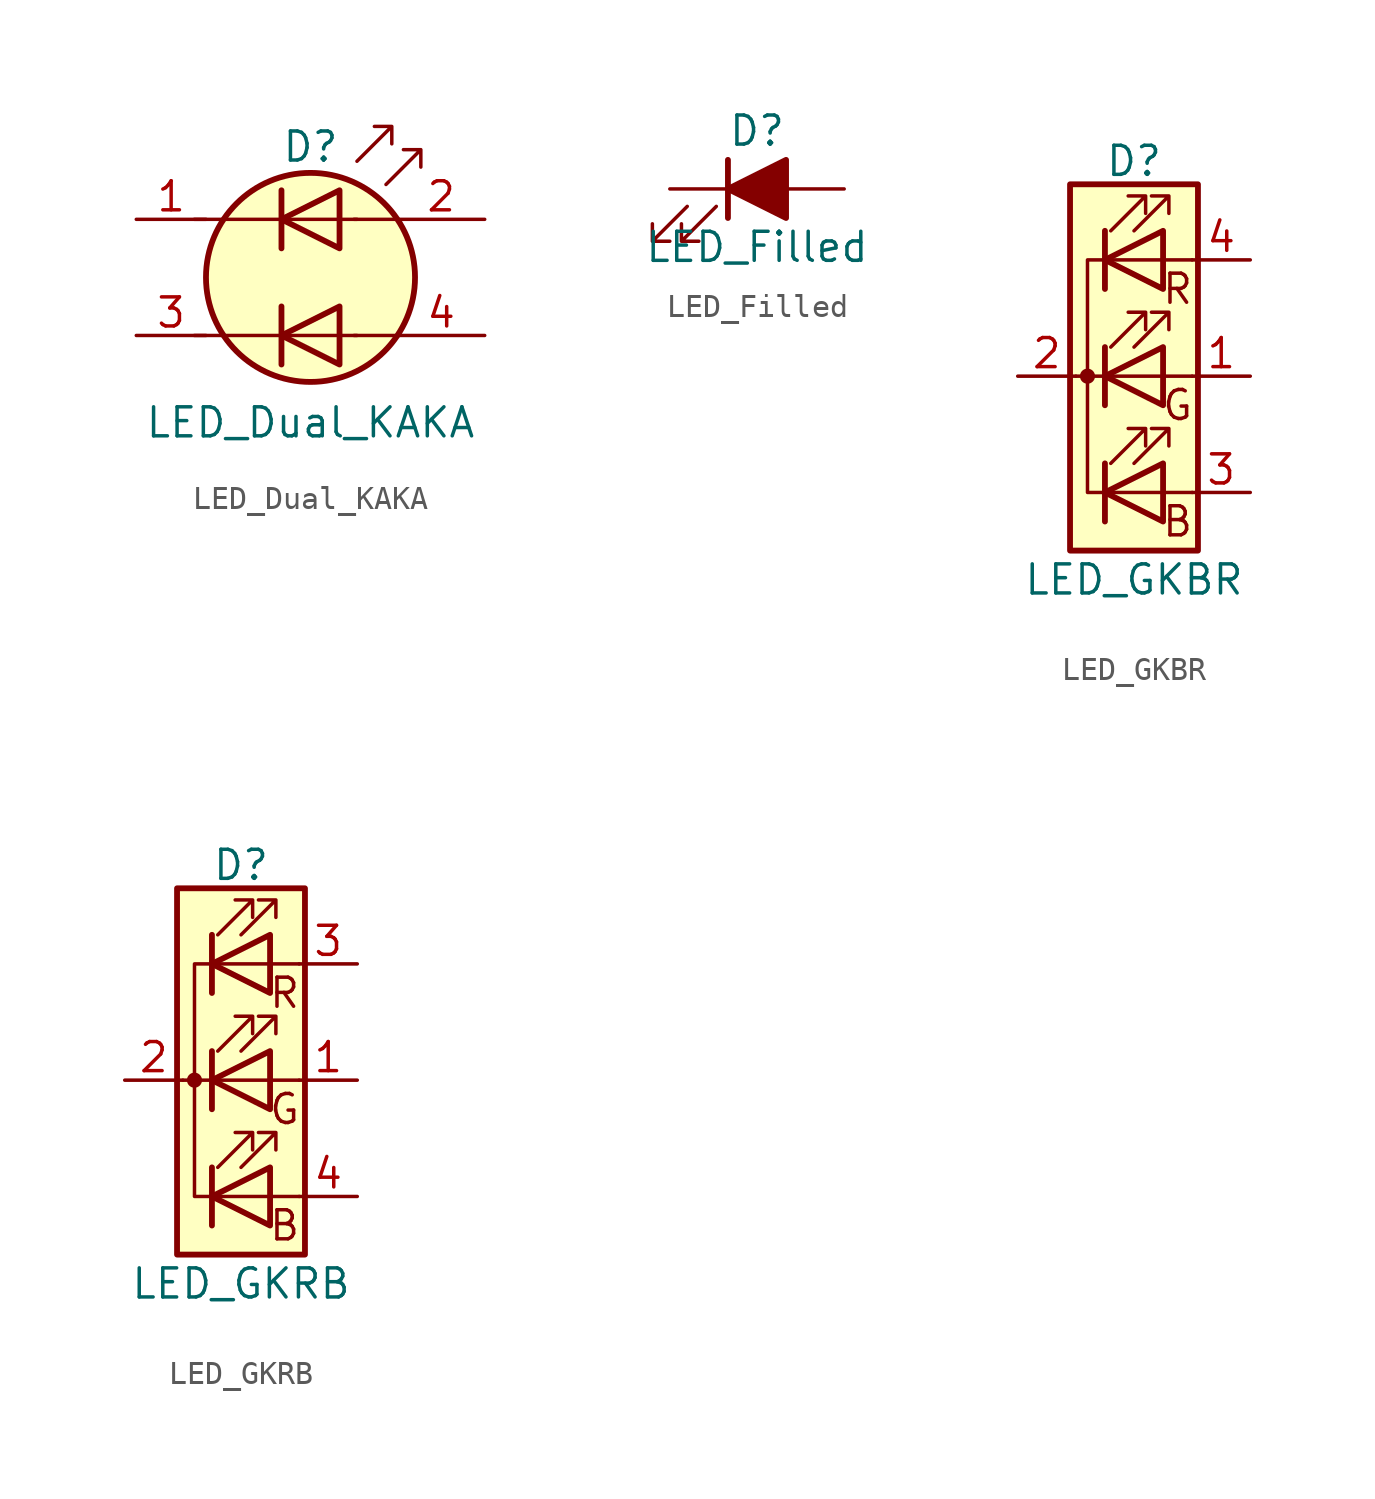
<source format=kicad_sym>
(kicad_symbol_lib
  (version 20220914)
  (generator kicad_symbol_editor)
  (symbol "LED_Dual_KAKA"
    (pin_names
      (offset 0) hide)
    (property "Reference" "D"
      (at 0 5.715 0)
      (effects (font (size 1.27 1.27))))
    (property "Value" "LED_Dual_KAKA"
      (at 0 -6.35 0)
      (effects (font (size 1.27 1.27))))
    (symbol "LED_Dual_KAKA_0_1"
      (polyline (pts (xy -5.08 -2.54) (xy 2.032 -2.54)) (stroke (width 0) (type default)) (fill (type none)))
      (polyline (pts (xy -5.08 2.54) (xy 2.032 2.54)) (stroke (width 0) (type default)) (fill (type none)))
      (polyline (pts (xy -1.27 -1.27) (xy -1.27 -3.81)) (stroke (width 0.254) (type default)) (fill (type none)))
      (polyline (pts (xy -1.27 3.81) (xy -1.27 1.27)) (stroke (width 0.254) (type default)) (fill (type none)))
      (polyline (pts (xy 3.81 -2.54) (xy 1.905 -2.54)) (stroke (width 0) (type default)) (fill (type none)))
      (polyline (pts (xy 3.81 2.54) (xy 1.905 2.54)) (stroke (width 0) (type default)) (fill (type none)))
      (polyline (pts (xy 1.27 -1.27) (xy 1.27 -3.81) (xy -1.27 -2.54) (xy 1.27 -1.27)) (stroke (width 0.254) (type default)) (fill (type none)))
      (polyline (pts (xy 1.27 3.81) (xy 1.27 1.27) (xy -1.27 2.54) (xy 1.27 3.81)) (stroke (width 0.254) (type default)) (fill (type none)))
      (polyline (pts (xy 2.032 5.08) (xy 3.556 6.604) (xy 2.794 6.604) (xy 3.556 6.604) (xy 3.556 5.842)) (stroke (width 0) (type default)) (fill (type none)))
      (polyline (pts (xy 3.302 4.064) (xy 4.826 5.588) (xy 4.064 5.588) (xy 4.826 5.588) (xy 4.826 4.826)) (stroke (width 0) (type default)) (fill (type none)))
      (circle (center 0 0) (radius 4.572) (stroke (width 0.254) (type default)) (fill (type background))))
    (symbol "LED_Dual_KAKA_1_1"
      (pin input line (at -7.62 2.54 0) (length 3.048) (name "A1" (effects (font (size 1.27 1.27)))) (number "1" (effects (font (size 1.27 1.27)))))
      (pin input line (at 7.62 2.54 180) (length 3.81) (name "K1" (effects (font (size 1.27 1.27)))) (number "2" (effects (font (size 1.27 1.27)))))
      (pin input line (at -7.62 -2.54 0) (length 3.048) (name "A2" (effects (font (size 1.27 1.27)))) (number "3" (effects (font (size 1.27 1.27)))))
      (pin input line (at 7.62 -2.54 180) (length 3.81) (name "K2" (effects (font (size 1.27 1.27)))) (number "4" (effects (font (size 1.27 1.27)))))))
  (symbol "LED_Filled"
    (pin_numbers hide)
    (pin_names
      (offset 1.016) hide)
    (property "Reference" "D"
      (at 0 2.54 0)
      (effects (font (size 1.27 1.27))))
    (property "Value" "LED_Filled"
      (at 0 -2.54 0)
      (effects (font (size 1.27 1.27))))
    (symbol "LED_Filled_0_1"
      (polyline (pts (xy -1.27 -1.27) (xy -1.27 1.27)) (stroke (width 0.254) (type default)) (fill (type none)))
      (polyline (pts (xy -1.27 0) (xy 1.27 0)) (stroke (width 0) (type default)) (fill (type none)))
      (polyline (pts (xy 1.27 -1.27) (xy 1.27 1.27) (xy -1.27 0) (xy 1.27 -1.27)) (stroke (width 0.254) (type default)) (fill (type outline)))
      (polyline (pts (xy -3.048 -0.762) (xy -4.572 -2.286) (xy -3.81 -2.286) (xy -4.572 -2.286) (xy -4.572 -1.524)) (stroke (width 0) (type default)) (fill (type none)))
      (polyline (pts (xy -1.778 -0.762) (xy -3.302 -2.286) (xy -2.54 -2.286) (xy -3.302 -2.286) (xy -3.302 -1.524)) (stroke (width 0) (type default)) (fill (type none))))
    (symbol "LED_Filled_1_1"
      (pin passive line (at -3.81 0 0) (length 2.54) (name "K" (effects (font (size 1.27 1.27)))) (number "1" (effects (font (size 1.27 1.27)))))
      (pin passive line (at 3.81 0 180) (length 2.54) (name "A" (effects (font (size 1.27 1.27)))) (number "2" (effects (font (size 1.27 1.27)))))))
  (symbol "LED_GKBR"
    (pin_names
      (offset 0) hide)
    (property "Reference" "D"
      (at 0 9.398 0)
      (effects (font (size 1.27 1.27))))
    (property "Value" "LED_GKBR"
      (at 0 -8.89 0)
      (effects (font (size 1.27 1.27))))
    (symbol "LED_GKBR_0_0"
      (text "B" (at 1.905 -6.35 0) (effects (font (size 1.27 1.27))))
      (text "G" (at 1.905 -1.27 0) (effects (font (size 1.27 1.27))))
      (text "R" (at 1.905 3.81 0) (effects (font (size 1.27 1.27)))))
    (symbol "LED_GKBR_0_1"
      (circle (center -2.032 0) (radius 0.254) (stroke (width 0) (type default)) (fill (type outline)))
      (polyline (pts (xy -1.27 -5.08) (xy 1.27 -5.08)) (stroke (width 0) (type default)) (fill (type none)))
      (polyline (pts (xy -1.27 -3.81) (xy -1.27 -6.35)) (stroke (width 0.254) (type default)) (fill (type none)))
      (polyline (pts (xy -1.27 0) (xy -2.54 0)) (stroke (width 0) (type default)) (fill (type none)))
      (polyline (pts (xy -1.27 1.27) (xy -1.27 -1.27)) (stroke (width 0.254) (type default)) (fill (type none)))
      (polyline (pts (xy -1.27 5.08) (xy 1.27 5.08)) (stroke (width 0) (type default)) (fill (type none)))
      (polyline (pts (xy -1.27 6.35) (xy -1.27 3.81)) (stroke (width 0.254) (type default)) (fill (type none)))
      (polyline (pts (xy 1.27 -5.08) (xy 2.54 -5.08)) (stroke (width 0) (type default)) (fill (type none)))
      (polyline (pts (xy 1.27 0) (xy -1.27 0)) (stroke (width 0) (type default)) (fill (type none)))
      (polyline (pts (xy 1.27 0) (xy 2.54 0)) (stroke (width 0) (type default)) (fill (type none)))
      (polyline (pts (xy 1.27 5.08) (xy 2.54 5.08)) (stroke (width 0) (type default)) (fill (type none)))
      (polyline (pts (xy -1.27 1.27) (xy -1.27 -1.27) (xy -1.27 -1.27)) (stroke (width 0) (type default)) (fill (type none)))
      (polyline (pts (xy -1.27 6.35) (xy -1.27 3.81) (xy -1.27 3.81)) (stroke (width 0) (type default)) (fill (type none)))
      (polyline (pts (xy -1.27 5.08) (xy -2.032 5.08) (xy -2.032 -5.08) (xy -1.016 -5.08)) (stroke (width 0) (type default)) (fill (type none)))
      (polyline (pts (xy 1.27 -3.81) (xy 1.27 -6.35) (xy -1.27 -5.08) (xy 1.27 -3.81)) (stroke (width 0.254) (type default)) (fill (type none)))
      (polyline (pts (xy 1.27 1.27) (xy 1.27 -1.27) (xy -1.27 0) (xy 1.27 1.27)) (stroke (width 0.254) (type default)) (fill (type none)))
      (polyline (pts (xy 1.27 6.35) (xy 1.27 3.81) (xy -1.27 5.08) (xy 1.27 6.35)) (stroke (width 0.254) (type default)) (fill (type none)))
      (polyline (pts (xy -1.016 -3.81) (xy 0.508 -2.286) (xy -0.254 -2.286) (xy 0.508 -2.286) (xy 0.508 -3.048)) (stroke (width 0) (type default)) (fill (type none)))
      (polyline (pts (xy -1.016 1.27) (xy 0.508 2.794) (xy -0.254 2.794) (xy 0.508 2.794) (xy 0.508 2.032)) (stroke (width 0) (type default)) (fill (type none)))
      (polyline (pts (xy -1.016 6.35) (xy 0.508 7.874) (xy -0.254 7.874) (xy 0.508 7.874) (xy 0.508 7.112)) (stroke (width 0) (type default)) (fill (type none)))
      (polyline (pts (xy 0 -3.81) (xy 1.524 -2.286) (xy 0.762 -2.286) (xy 1.524 -2.286) (xy 1.524 -3.048)) (stroke (width 0) (type default)) (fill (type none)))
      (polyline (pts (xy 0 1.27) (xy 1.524 2.794) (xy 0.762 2.794) (xy 1.524 2.794) (xy 1.524 2.032)) (stroke (width 0) (type default)) (fill (type none)))
      (polyline (pts (xy 0 6.35) (xy 1.524 7.874) (xy 0.762 7.874) (xy 1.524 7.874) (xy 1.524 7.112)) (stroke (width 0) (type default)) (fill (type none)))
      (rectangle (start 1.27 -1.27) (end 1.27 1.27) (stroke (width 0) (type default)) (fill (type none)))
      (rectangle (start 1.27 1.27) (end 1.27 1.27) (stroke (width 0) (type default)) (fill (type none)))
      (rectangle (start 1.27 3.81) (end 1.27 6.35) (stroke (width 0) (type default)) (fill (type none)))
      (rectangle (start 1.27 6.35) (end 1.27 6.35) (stroke (width 0) (type default)) (fill (type none)))
      (rectangle (start 2.794 8.382) (end -2.794 -7.62) (stroke (width 0.254) (type default)) (fill (type background))))
    (symbol "LED_GKBR_1_1"
      (pin passive line (at 5.08 0 180) (length 2.54) (name "GA" (effects (font (size 1.27 1.27)))) (number "1" (effects (font (size 1.27 1.27)))))
      (pin passive line (at -5.08 0 0) (length 2.54) (name "K" (effects (font (size 1.27 1.27)))) (number "2" (effects (font (size 1.27 1.27)))))
      (pin passive line (at 5.08 -5.08 180) (length 2.54) (name "BA" (effects (font (size 1.27 1.27)))) (number "3" (effects (font (size 1.27 1.27)))))
      (pin passive line (at 5.08 5.08 180) (length 2.54) (name "RA" (effects (font (size 1.27 1.27)))) (number "4" (effects (font (size 1.27 1.27)))))))
  (symbol "LED_GKRB"
    (pin_names
      (offset 0) hide)
    (property "Reference" "D"
      (at 0 9.398 0)
      (effects (font (size 1.27 1.27))))
    (property "Value" "LED_GKRB"
      (at 0 -8.89 0)
      (effects (font (size 1.27 1.27))))
    (symbol "LED_GKRB_0_0"
      (text "B" (at 1.905 -6.35 0) (effects (font (size 1.27 1.27))))
      (text "G" (at 1.905 -1.27 0) (effects (font (size 1.27 1.27))))
      (text "R" (at 1.905 3.81 0) (effects (font (size 1.27 1.27)))))
    (symbol "LED_GKRB_0_1"
      (circle (center -2.032 0) (radius 0.254) (stroke (width 0) (type default)) (fill (type outline)))
      (polyline (pts (xy -1.27 -5.08) (xy 1.27 -5.08)) (stroke (width 0) (type default)) (fill (type none)))
      (polyline (pts (xy -1.27 -3.81) (xy -1.27 -6.35)) (stroke (width 0.254) (type default)) (fill (type none)))
      (polyline (pts (xy -1.27 0) (xy -2.54 0)) (stroke (width 0) (type default)) (fill (type none)))
      (polyline (pts (xy -1.27 1.27) (xy -1.27 -1.27)) (stroke (width 0.254) (type default)) (fill (type none)))
      (polyline (pts (xy -1.27 5.08) (xy 1.27 5.08)) (stroke (width 0) (type default)) (fill (type none)))
      (polyline (pts (xy -1.27 6.35) (xy -1.27 3.81)) (stroke (width 0.254) (type default)) (fill (type none)))
      (polyline (pts (xy 1.27 -5.08) (xy 2.54 -5.08)) (stroke (width 0) (type default)) (fill (type none)))
      (polyline (pts (xy 1.27 0) (xy -1.27 0)) (stroke (width 0) (type default)) (fill (type none)))
      (polyline (pts (xy 1.27 0) (xy 2.54 0)) (stroke (width 0) (type default)) (fill (type none)))
      (polyline (pts (xy 1.27 5.08) (xy 2.54 5.08)) (stroke (width 0) (type default)) (fill (type none)))
      (polyline (pts (xy -1.27 1.27) (xy -1.27 -1.27) (xy -1.27 -1.27)) (stroke (width 0) (type default)) (fill (type none)))
      (polyline (pts (xy -1.27 6.35) (xy -1.27 3.81) (xy -1.27 3.81)) (stroke (width 0) (type default)) (fill (type none)))
      (polyline (pts (xy -1.27 5.08) (xy -2.032 5.08) (xy -2.032 -5.08) (xy -1.016 -5.08)) (stroke (width 0) (type default)) (fill (type none)))
      (polyline (pts (xy 1.27 -3.81) (xy 1.27 -6.35) (xy -1.27 -5.08) (xy 1.27 -3.81)) (stroke (width 0.254) (type default)) (fill (type none)))
      (polyline (pts (xy 1.27 1.27) (xy 1.27 -1.27) (xy -1.27 0) (xy 1.27 1.27)) (stroke (width 0.254) (type default)) (fill (type none)))
      (polyline (pts (xy 1.27 6.35) (xy 1.27 3.81) (xy -1.27 5.08) (xy 1.27 6.35)) (stroke (width 0.254) (type default)) (fill (type none)))
      (polyline (pts (xy -1.016 -3.81) (xy 0.508 -2.286) (xy -0.254 -2.286) (xy 0.508 -2.286) (xy 0.508 -3.048)) (stroke (width 0) (type default)) (fill (type none)))
      (polyline (pts (xy -1.016 1.27) (xy 0.508 2.794) (xy -0.254 2.794) (xy 0.508 2.794) (xy 0.508 2.032)) (stroke (width 0) (type default)) (fill (type none)))
      (polyline (pts (xy -1.016 6.35) (xy 0.508 7.874) (xy -0.254 7.874) (xy 0.508 7.874) (xy 0.508 7.112)) (stroke (width 0) (type default)) (fill (type none)))
      (polyline (pts (xy 0 -3.81) (xy 1.524 -2.286) (xy 0.762 -2.286) (xy 1.524 -2.286) (xy 1.524 -3.048)) (stroke (width 0) (type default)) (fill (type none)))
      (polyline (pts (xy 0 1.27) (xy 1.524 2.794) (xy 0.762 2.794) (xy 1.524 2.794) (xy 1.524 2.032)) (stroke (width 0) (type default)) (fill (type none)))
      (polyline (pts (xy 0 6.35) (xy 1.524 7.874) (xy 0.762 7.874) (xy 1.524 7.874) (xy 1.524 7.112)) (stroke (width 0) (type default)) (fill (type none)))
      (rectangle (start 1.27 -1.27) (end 1.27 1.27) (stroke (width 0) (type default)) (fill (type none)))
      (rectangle (start 1.27 1.27) (end 1.27 1.27) (stroke (width 0) (type default)) (fill (type none)))
      (rectangle (start 1.27 3.81) (end 1.27 6.35) (stroke (width 0) (type default)) (fill (type none)))
      (rectangle (start 1.27 6.35) (end 1.27 6.35) (stroke (width 0) (type default)) (fill (type none)))
      (rectangle (start 2.794 8.382) (end -2.794 -7.62) (stroke (width 0.254) (type default)) (fill (type background))))
    (symbol "LED_GKRB_1_1"
      (pin passive line (at 5.08 0 180) (length 2.54) (name "GA" (effects (font (size 1.27 1.27)))) (number "1" (effects (font (size 1.27 1.27)))))
      (pin passive line (at -5.08 0 0) (length 2.54) (name "K" (effects (font (size 1.27 1.27)))) (number "2" (effects (font (size 1.27 1.27)))))
      (pin passive line (at 5.08 5.08 180) (length 2.54) (name "RA" (effects (font (size 1.27 1.27)))) (number "3" (effects (font (size 1.27 1.27)))))
      (pin passive line (at 5.08 -5.08 180) (length 2.54) (name "BA" (effects (font (size 1.27 1.27)))) (number "4" (effects (font (size 1.27 1.27))))))))
</source>
